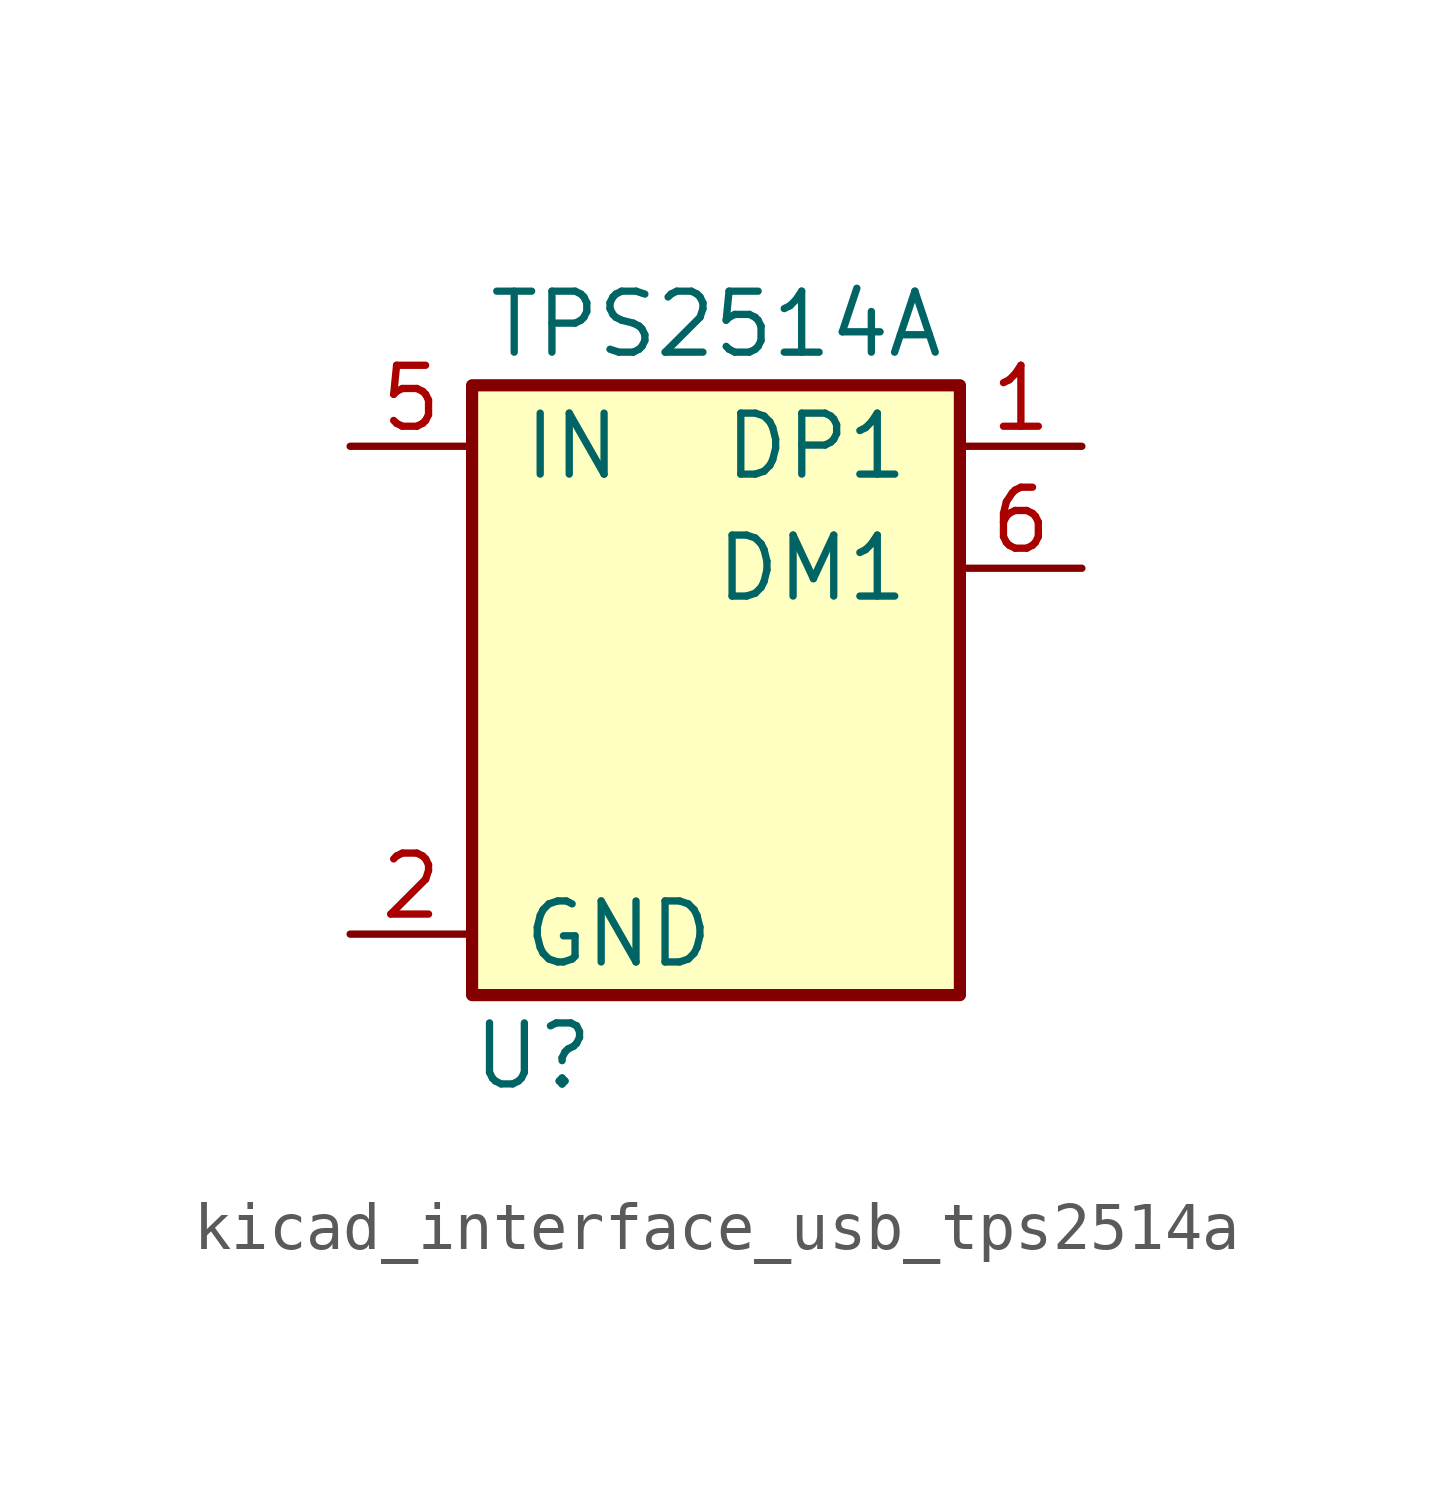
<source format=kicad_sym>
(kicad_symbol_lib
  (version 20220914)
  (generator kicad_symbol_editor)
  (symbol "kicad_interface_usb_tps2514a"
    (pin_names
      (offset 1.016))
    (property "Reference" "U"
      (at -3.81 -7.62 0)
      (effects (font (size 1.27 1.27))))
    (property "Value" "TPS2514A"
      (at 0 7.62 0)
      (effects (font (size 1.27 1.27))))
    (symbol "kicad_interface_usb_tps2514a_0_1"
      (rectangle (start -5.08 6.35) (end 5.08 -6.35) (stroke (width 0.254) (type default)) (fill (type background))))
    (symbol "kicad_interface_usb_tps2514a_1_1"
      (pin input line (at 7.62 5.08 180) (length 2.54) (name "DP1" (effects (font (size 1.27 1.27)))) (number "1" (effects (font (size 1.27 1.27)))))
      (pin power_in line (at -7.62 -5.08 0) (length 2.54) (name "GND" (effects (font (size 1.27 1.27)))) (number "2" (effects (font (size 1.27 1.27)))))
      (pin no_connect line (at 5.08 -2.54 180) (length 2.54) hide (name "NC" (effects (font (size 1.27 1.27)))) (number "3" (effects (font (size 1.27 1.27)))))
      (pin no_connect line (at 5.08 -5.08 180) (length 2.54) hide (name "NC" (effects (font (size 1.27 1.27)))) (number "4" (effects (font (size 1.27 1.27)))))
      (pin power_in line (at -7.62 5.08 0) (length 2.54) (name "IN" (effects (font (size 1.27 1.27)))) (number "5" (effects (font (size 1.27 1.27)))))
      (pin input line (at 7.62 2.54 180) (length 2.54) (name "DM1" (effects (font (size 1.27 1.27)))) (number "6" (effects (font (size 1.27 1.27))))))))
</source>
